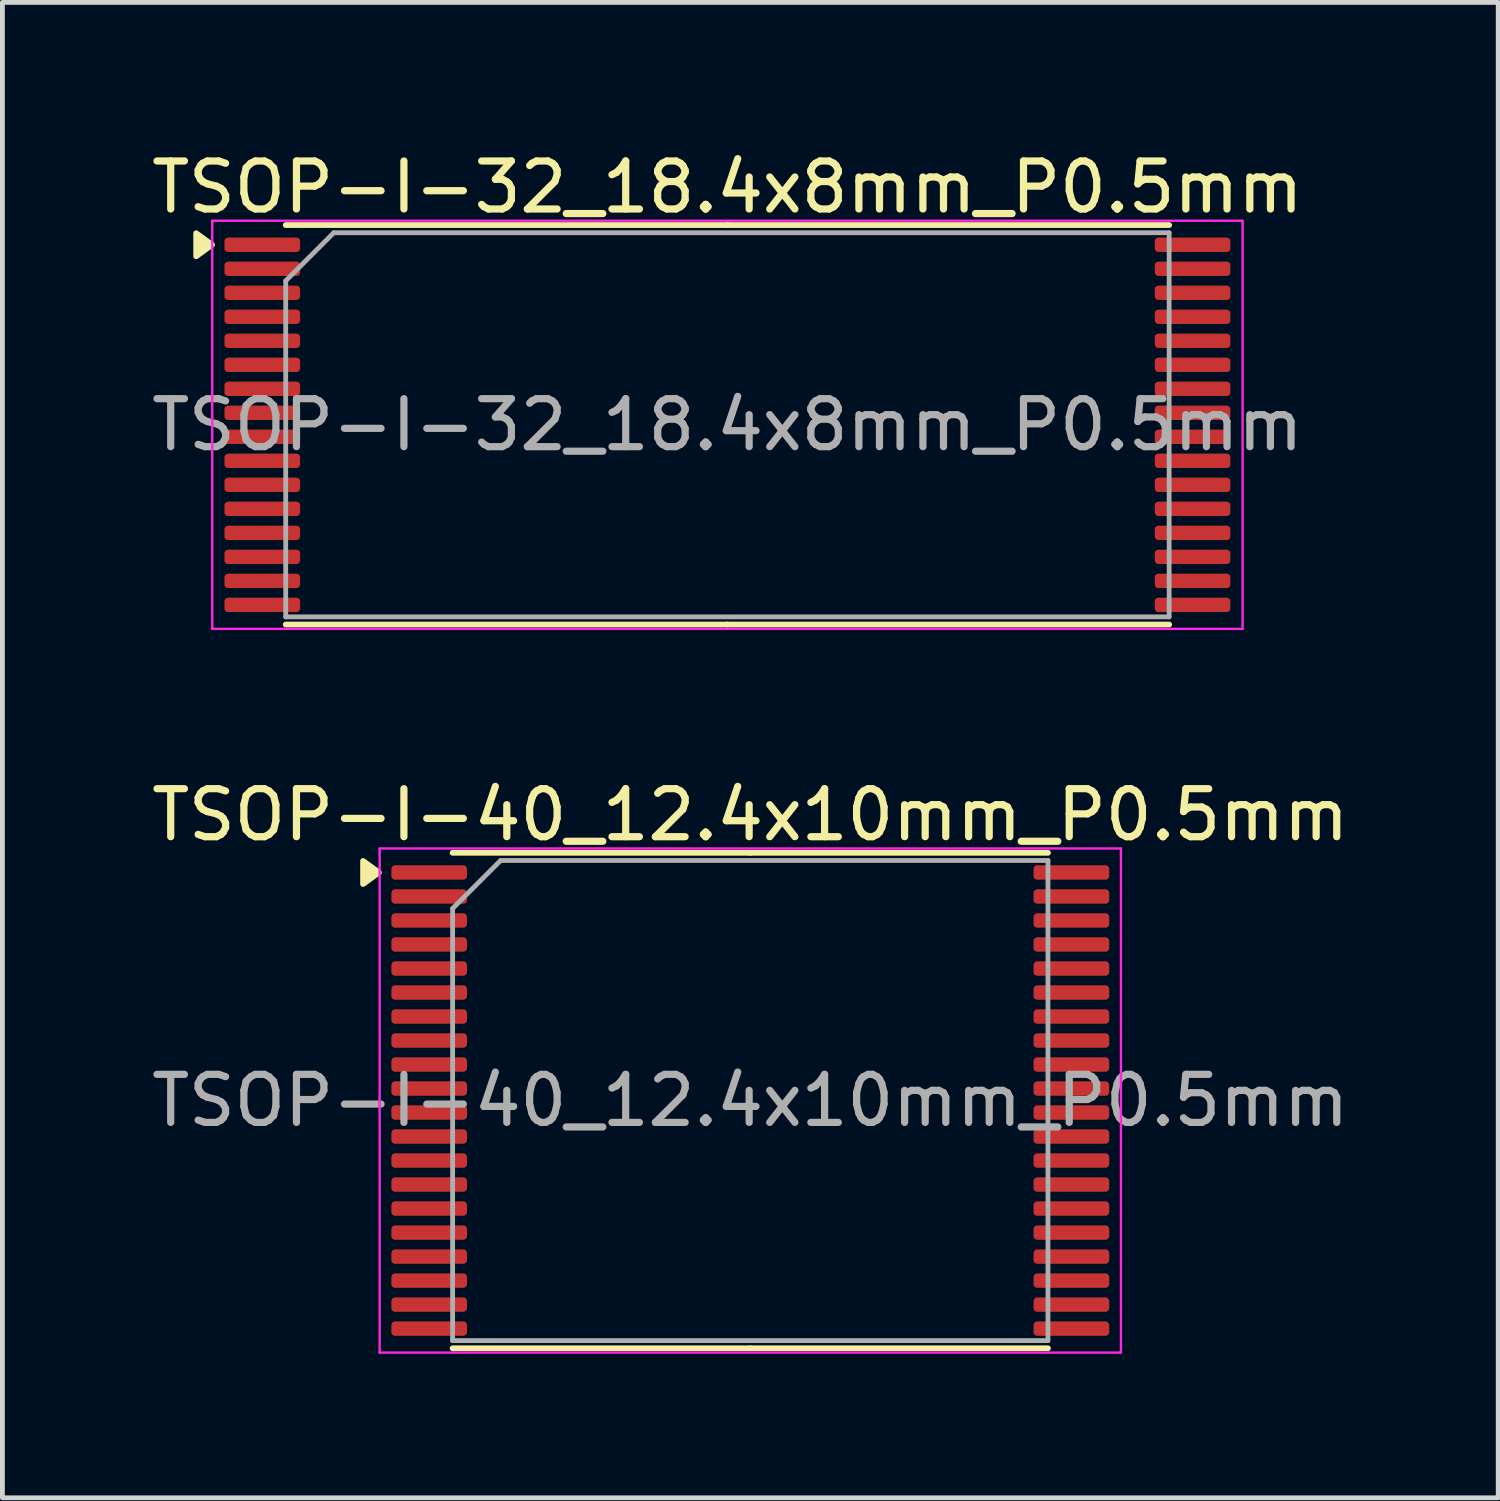
<source format=kicad_pcb>
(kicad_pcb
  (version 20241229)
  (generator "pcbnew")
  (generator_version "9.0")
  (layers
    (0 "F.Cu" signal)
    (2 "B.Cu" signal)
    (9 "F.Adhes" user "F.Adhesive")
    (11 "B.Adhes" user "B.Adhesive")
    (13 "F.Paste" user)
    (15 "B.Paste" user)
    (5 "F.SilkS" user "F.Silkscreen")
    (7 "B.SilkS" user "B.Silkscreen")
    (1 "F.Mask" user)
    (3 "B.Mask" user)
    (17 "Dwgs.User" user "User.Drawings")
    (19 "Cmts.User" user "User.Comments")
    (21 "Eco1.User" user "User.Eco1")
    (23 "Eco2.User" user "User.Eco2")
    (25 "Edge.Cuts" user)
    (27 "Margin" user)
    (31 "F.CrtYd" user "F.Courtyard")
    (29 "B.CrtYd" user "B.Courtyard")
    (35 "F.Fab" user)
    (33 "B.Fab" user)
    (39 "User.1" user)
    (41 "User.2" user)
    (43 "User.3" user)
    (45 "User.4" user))
  (footprint "TSOP-I-40_12.4x10mm_P0.5mm"
    (layer "F.Cu")
    (at 12.577 19.872)
    (property "Reference" "TSOP-I-40_12.4x10mm_P0.5mm" (at 0 -5.95 0) (layer "F.SilkS") (effects (font (size 1 1) (thickness 0.15))))
    (attr smd)
    (fp_line (start 0 -5.16) (end -6.2 -5.16) (stroke (width 0.12) (type solid)) (layer "F.SilkS"))
    (fp_line (start 0 -5.16) (end 6.2 -5.16) (stroke (width 0.12) (type solid)) (layer "F.SilkS"))
    (fp_line (start 0 5.16) (end -6.2 5.16) (stroke (width 0.12) (type solid)) (layer "F.SilkS"))
    (fp_line (start 0 5.16) (end 6.2 5.16) (stroke (width 0.12) (type solid)) (layer "F.SilkS"))
    (fp_poly (pts (xy -7.735 -4.75) (xy -8.065 -4.99) (xy -8.065 -4.51) (xy -7.735 -4.75)) (stroke (width 0.12) (type solid)) (fill yes) (layer "F.SilkS"))
    (fp_line (start -7.72 -5.25) (end -7.72 5.25) (stroke (width 0.05) (type solid)) (layer "F.CrtYd"))
    (fp_line (start -7.72 5.25) (end 7.72 5.25) (stroke (width 0.05) (type solid)) (layer "F.CrtYd"))
    (fp_line (start 7.72 -5.25) (end -7.72 -5.25) (stroke (width 0.05) (type solid)) (layer "F.CrtYd"))
    (fp_line (start 7.72 5.25) (end 7.72 -5.25) (stroke (width 0.05) (type solid)) (layer "F.CrtYd"))
    (fp_line (start -6.2 -4) (end -5.2 -5) (stroke (width 0.1) (type solid)) (layer "F.Fab"))
    (fp_line (start -6.2 5) (end -6.2 -4) (stroke (width 0.1) (type solid)) (layer "F.Fab"))
    (fp_line (start -5.2 -5) (end 6.2 -5) (stroke (width 0.1) (type solid)) (layer "F.Fab"))
    (fp_line (start 6.2 -5) (end 6.2 5) (stroke (width 0.1) (type solid)) (layer "F.Fab"))
    (fp_line (start 6.2 5) (end -6.2 5) (stroke (width 0.1) (type solid)) (layer "F.Fab"))
    (fp_text user "${REFERENCE}" (at 0 0 0) (layer "F.Fab") (effects (font (size 1 1) (thickness 0.15))))
    (pad "1" smd roundrect (at -6.688 -4.75) (size 1.575 0.3) (layers "F.Cu" "F.Mask" "F.Paste") (roundrect_rratio 0.25))
    (pad "2" smd roundrect (at -6.688 -4.25) (size 1.575 0.3) (layers "F.Cu" "F.Mask" "F.Paste") (roundrect_rratio 0.25))
    (pad "3" smd roundrect (at -6.688 -3.75) (size 1.575 0.3) (layers "F.Cu" "F.Mask" "F.Paste") (roundrect_rratio 0.25))
    (pad "4" smd roundrect (at -6.688 -3.25) (size 1.575 0.3) (layers "F.Cu" "F.Mask" "F.Paste") (roundrect_rratio 0.25))
    (pad "5" smd roundrect (at -6.688 -2.75) (size 1.575 0.3) (layers "F.Cu" "F.Mask" "F.Paste") (roundrect_rratio 0.25))
    (pad "6" smd roundrect (at -6.688 -2.25) (size 1.575 0.3) (layers "F.Cu" "F.Mask" "F.Paste") (roundrect_rratio 0.25))
    (pad "7" smd roundrect (at -6.688 -1.75) (size 1.575 0.3) (layers "F.Cu" "F.Mask" "F.Paste") (roundrect_rratio 0.25))
    (pad "8" smd roundrect (at -6.688 -1.25) (size 1.575 0.3) (layers "F.Cu" "F.Mask" "F.Paste") (roundrect_rratio 0.25))
    (pad "9" smd roundrect (at -6.688 -0.75) (size 1.575 0.3) (layers "F.Cu" "F.Mask" "F.Paste") (roundrect_rratio 0.25))
    (pad "10" smd roundrect (at -6.688 -0.25) (size 1.575 0.3) (layers "F.Cu" "F.Mask" "F.Paste") (roundrect_rratio 0.25))
    (pad "11" smd roundrect (at -6.688 0.25) (size 1.575 0.3) (layers "F.Cu" "F.Mask" "F.Paste") (roundrect_rratio 0.25))
    (pad "12" smd roundrect (at -6.688 0.75) (size 1.575 0.3) (layers "F.Cu" "F.Mask" "F.Paste") (roundrect_rratio 0.25))
    (pad "13" smd roundrect (at -6.688 1.25) (size 1.575 0.3) (layers "F.Cu" "F.Mask" "F.Paste") (roundrect_rratio 0.25))
    (pad "14" smd roundrect (at -6.688 1.75) (size 1.575 0.3) (layers "F.Cu" "F.Mask" "F.Paste") (roundrect_rratio 0.25))
    (pad "15" smd roundrect (at -6.688 2.25) (size 1.575 0.3) (layers "F.Cu" "F.Mask" "F.Paste") (roundrect_rratio 0.25))
    (pad "16" smd roundrect (at -6.688 2.75) (size 1.575 0.3) (layers "F.Cu" "F.Mask" "F.Paste") (roundrect_rratio 0.25))
    (pad "17" smd roundrect (at -6.688 3.25) (size 1.575 0.3) (layers "F.Cu" "F.Mask" "F.Paste") (roundrect_rratio 0.25))
    (pad "18" smd roundrect (at -6.688 3.75) (size 1.575 0.3) (layers "F.Cu" "F.Mask" "F.Paste") (roundrect_rratio 0.25))
    (pad "19" smd roundrect (at -6.688 4.25) (size 1.575 0.3) (layers "F.Cu" "F.Mask" "F.Paste") (roundrect_rratio 0.25))
    (pad "20" smd roundrect (at -6.688 4.75) (size 1.575 0.3) (layers "F.Cu" "F.Mask" "F.Paste") (roundrect_rratio 0.25))
    (pad "21" smd roundrect (at 6.688 4.75) (size 1.575 0.3) (layers "F.Cu" "F.Mask" "F.Paste") (roundrect_rratio 0.25))
    (pad "22" smd roundrect (at 6.688 4.25) (size 1.575 0.3) (layers "F.Cu" "F.Mask" "F.Paste") (roundrect_rratio 0.25))
    (pad "23" smd roundrect (at 6.688 3.75) (size 1.575 0.3) (layers "F.Cu" "F.Mask" "F.Paste") (roundrect_rratio 0.25))
    (pad "24" smd roundrect (at 6.688 3.25) (size 1.575 0.3) (layers "F.Cu" "F.Mask" "F.Paste") (roundrect_rratio 0.25))
    (pad "25" smd roundrect (at 6.688 2.75) (size 1.575 0.3) (layers "F.Cu" "F.Mask" "F.Paste") (roundrect_rratio 0.25))
    (pad "26" smd roundrect (at 6.688 2.25) (size 1.575 0.3) (layers "F.Cu" "F.Mask" "F.Paste") (roundrect_rratio 0.25))
    (pad "27" smd roundrect (at 6.688 1.75) (size 1.575 0.3) (layers "F.Cu" "F.Mask" "F.Paste") (roundrect_rratio 0.25))
    (pad "28" smd roundrect (at 6.688 1.25) (size 1.575 0.3) (layers "F.Cu" "F.Mask" "F.Paste") (roundrect_rratio 0.25))
    (pad "29" smd roundrect (at 6.688 0.75) (size 1.575 0.3) (layers "F.Cu" "F.Mask" "F.Paste") (roundrect_rratio 0.25))
    (pad "30" smd roundrect (at 6.688 0.25) (size 1.575 0.3) (layers "F.Cu" "F.Mask" "F.Paste") (roundrect_rratio 0.25))
    (pad "31" smd roundrect (at 6.688 -0.25) (size 1.575 0.3) (layers "F.Cu" "F.Mask" "F.Paste") (roundrect_rratio 0.25))
    (pad "32" smd roundrect (at 6.688 -0.75) (size 1.575 0.3) (layers "F.Cu" "F.Mask" "F.Paste") (roundrect_rratio 0.25))
    (pad "33" smd roundrect (at 6.688 -1.25) (size 1.575 0.3) (layers "F.Cu" "F.Mask" "F.Paste") (roundrect_rratio 0.25))
    (pad "34" smd roundrect (at 6.688 -1.75) (size 1.575 0.3) (layers "F.Cu" "F.Mask" "F.Paste") (roundrect_rratio 0.25))
    (pad "35" smd roundrect (at 6.688 -2.25) (size 1.575 0.3) (layers "F.Cu" "F.Mask" "F.Paste") (roundrect_rratio 0.25))
    (pad "36" smd roundrect (at 6.688 -2.75) (size 1.575 0.3) (layers "F.Cu" "F.Mask" "F.Paste") (roundrect_rratio 0.25))
    (pad "37" smd roundrect (at 6.688 -3.25) (size 1.575 0.3) (layers "F.Cu" "F.Mask" "F.Paste") (roundrect_rratio 0.25))
    (pad "38" smd roundrect (at 6.688 -3.75) (size 1.575 0.3) (layers "F.Cu" "F.Mask" "F.Paste") (roundrect_rratio 0.25))
    (pad "39" smd roundrect (at 6.688 -4.25) (size 1.575 0.3) (layers "F.Cu" "F.Mask" "F.Paste") (roundrect_rratio 0.25))
    (pad "40" smd roundrect (at 6.688 -4.75) (size 1.575 0.3) (layers "F.Cu" "F.Mask" "F.Paste") (roundrect_rratio 0.25)))
  (footprint "TSOP-I-32_18.4x8mm_P0.5mm"
    (layer "F.Cu")
    (at 12.101 5.798)
    (property "Reference" "TSOP-I-32_18.4x8mm_P0.5mm" (at 0 -4.95 0) (layer "F.SilkS") (effects (font (size 1 1) (thickness 0.15))))
    (attr smd)
    (fp_line (start 0 -4.16) (end -9.2 -4.16) (stroke (width 0.12) (type solid)) (layer "F.SilkS"))
    (fp_line (start 0 -4.16) (end 9.2 -4.16) (stroke (width 0.12) (type solid)) (layer "F.SilkS"))
    (fp_line (start 0 4.16) (end -9.2 4.16) (stroke (width 0.12) (type solid)) (layer "F.SilkS"))
    (fp_line (start 0 4.16) (end 9.2 4.16) (stroke (width 0.12) (type solid)) (layer "F.SilkS"))
    (fp_poly (pts (xy -10.735 -3.75) (xy -11.065 -3.99) (xy -11.065 -3.51) (xy -10.735 -3.75)) (stroke (width 0.12) (type solid)) (fill yes) (layer "F.SilkS"))
    (fp_line (start -10.73 -4.25) (end -10.73 4.25) (stroke (width 0.05) (type solid)) (layer "F.CrtYd"))
    (fp_line (start -10.73 4.25) (end 10.73 4.25) (stroke (width 0.05) (type solid)) (layer "F.CrtYd"))
    (fp_line (start 10.73 -4.25) (end -10.73 -4.25) (stroke (width 0.05) (type solid)) (layer "F.CrtYd"))
    (fp_line (start 10.73 4.25) (end 10.73 -4.25) (stroke (width 0.05) (type solid)) (layer "F.CrtYd"))
    (fp_line (start -9.2 -3) (end -8.2 -4) (stroke (width 0.1) (type solid)) (layer "F.Fab"))
    (fp_line (start -9.2 4) (end -9.2 -3) (stroke (width 0.1) (type solid)) (layer "F.Fab"))
    (fp_line (start -8.2 -4) (end 9.2 -4) (stroke (width 0.1) (type solid)) (layer "F.Fab"))
    (fp_line (start 9.2 -4) (end 9.2 4) (stroke (width 0.1) (type solid)) (layer "F.Fab"))
    (fp_line (start 9.2 4) (end -9.2 4) (stroke (width 0.1) (type solid)) (layer "F.Fab"))
    (fp_text user "${REFERENCE}" (at 0 0 0) (layer "F.Fab") (effects (font (size 1 1) (thickness 0.15))))
    (pad "1" smd roundrect (at -9.688 -3.75) (size 1.575 0.3) (layers "F.Cu" "F.Mask" "F.Paste") (roundrect_rratio 0.25))
    (pad "2" smd roundrect (at -9.688 -3.25) (size 1.575 0.3) (layers "F.Cu" "F.Mask" "F.Paste") (roundrect_rratio 0.25))
    (pad "3" smd roundrect (at -9.688 -2.75) (size 1.575 0.3) (layers "F.Cu" "F.Mask" "F.Paste") (roundrect_rratio 0.25))
    (pad "4" smd roundrect (at -9.688 -2.25) (size 1.575 0.3) (layers "F.Cu" "F.Mask" "F.Paste") (roundrect_rratio 0.25))
    (pad "5" smd roundrect (at -9.688 -1.75) (size 1.575 0.3) (layers "F.Cu" "F.Mask" "F.Paste") (roundrect_rratio 0.25))
    (pad "6" smd roundrect (at -9.688 -1.25) (size 1.575 0.3) (layers "F.Cu" "F.Mask" "F.Paste") (roundrect_rratio 0.25))
    (pad "7" smd roundrect (at -9.688 -0.75) (size 1.575 0.3) (layers "F.Cu" "F.Mask" "F.Paste") (roundrect_rratio 0.25))
    (pad "8" smd roundrect (at -9.688 -0.25) (size 1.575 0.3) (layers "F.Cu" "F.Mask" "F.Paste") (roundrect_rratio 0.25))
    (pad "9" smd roundrect (at -9.688 0.25) (size 1.575 0.3) (layers "F.Cu" "F.Mask" "F.Paste") (roundrect_rratio 0.25))
    (pad "10" smd roundrect (at -9.688 0.75) (size 1.575 0.3) (layers "F.Cu" "F.Mask" "F.Paste") (roundrect_rratio 0.25))
    (pad "11" smd roundrect (at -9.688 1.25) (size 1.575 0.3) (layers "F.Cu" "F.Mask" "F.Paste") (roundrect_rratio 0.25))
    (pad "12" smd roundrect (at -9.688 1.75) (size 1.575 0.3) (layers "F.Cu" "F.Mask" "F.Paste") (roundrect_rratio 0.25))
    (pad "13" smd roundrect (at -9.688 2.25) (size 1.575 0.3) (layers "F.Cu" "F.Mask" "F.Paste") (roundrect_rratio 0.25))
    (pad "14" smd roundrect (at -9.688 2.75) (size 1.575 0.3) (layers "F.Cu" "F.Mask" "F.Paste") (roundrect_rratio 0.25))
    (pad "15" smd roundrect (at -9.688 3.25) (size 1.575 0.3) (layers "F.Cu" "F.Mask" "F.Paste") (roundrect_rratio 0.25))
    (pad "16" smd roundrect (at -9.688 3.75) (size 1.575 0.3) (layers "F.Cu" "F.Mask" "F.Paste") (roundrect_rratio 0.25))
    (pad "17" smd roundrect (at 9.688 3.75) (size 1.575 0.3) (layers "F.Cu" "F.Mask" "F.Paste") (roundrect_rratio 0.25))
    (pad "18" smd roundrect (at 9.688 3.25) (size 1.575 0.3) (layers "F.Cu" "F.Mask" "F.Paste") (roundrect_rratio 0.25))
    (pad "19" smd roundrect (at 9.688 2.75) (size 1.575 0.3) (layers "F.Cu" "F.Mask" "F.Paste") (roundrect_rratio 0.25))
    (pad "20" smd roundrect (at 9.688 2.25) (size 1.575 0.3) (layers "F.Cu" "F.Mask" "F.Paste") (roundrect_rratio 0.25))
    (pad "21" smd roundrect (at 9.688 1.75) (size 1.575 0.3) (layers "F.Cu" "F.Mask" "F.Paste") (roundrect_rratio 0.25))
    (pad "22" smd roundrect (at 9.688 1.25) (size 1.575 0.3) (layers "F.Cu" "F.Mask" "F.Paste") (roundrect_rratio 0.25))
    (pad "23" smd roundrect (at 9.688 0.75) (size 1.575 0.3) (layers "F.Cu" "F.Mask" "F.Paste") (roundrect_rratio 0.25))
    (pad "24" smd roundrect (at 9.688 0.25) (size 1.575 0.3) (layers "F.Cu" "F.Mask" "F.Paste") (roundrect_rratio 0.25))
    (pad "25" smd roundrect (at 9.688 -0.25) (size 1.575 0.3) (layers "F.Cu" "F.Mask" "F.Paste") (roundrect_rratio 0.25))
    (pad "26" smd roundrect (at 9.688 -0.75) (size 1.575 0.3) (layers "F.Cu" "F.Mask" "F.Paste") (roundrect_rratio 0.25))
    (pad "27" smd roundrect (at 9.688 -1.25) (size 1.575 0.3) (layers "F.Cu" "F.Mask" "F.Paste") (roundrect_rratio 0.25))
    (pad "28" smd roundrect (at 9.688 -1.75) (size 1.575 0.3) (layers "F.Cu" "F.Mask" "F.Paste") (roundrect_rratio 0.25))
    (pad "29" smd roundrect (at 9.688 -2.25) (size 1.575 0.3) (layers "F.Cu" "F.Mask" "F.Paste") (roundrect_rratio 0.25))
    (pad "30" smd roundrect (at 9.688 -2.75) (size 1.575 0.3) (layers "F.Cu" "F.Mask" "F.Paste") (roundrect_rratio 0.25))
    (pad "31" smd roundrect (at 9.688 -3.25) (size 1.575 0.3) (layers "F.Cu" "F.Mask" "F.Paste") (roundrect_rratio 0.25))
    (pad "32" smd roundrect (at 9.688 -3.75) (size 1.575 0.3) (layers "F.Cu" "F.Mask" "F.Paste") (roundrect_rratio 0.25)))
  (gr_rect
    (start -3 -3)
    (end 28.155 28.146)
    (stroke (width 0.1) (type default))
    (fill no)
    (layer "Edge.Cuts")))
</source>
